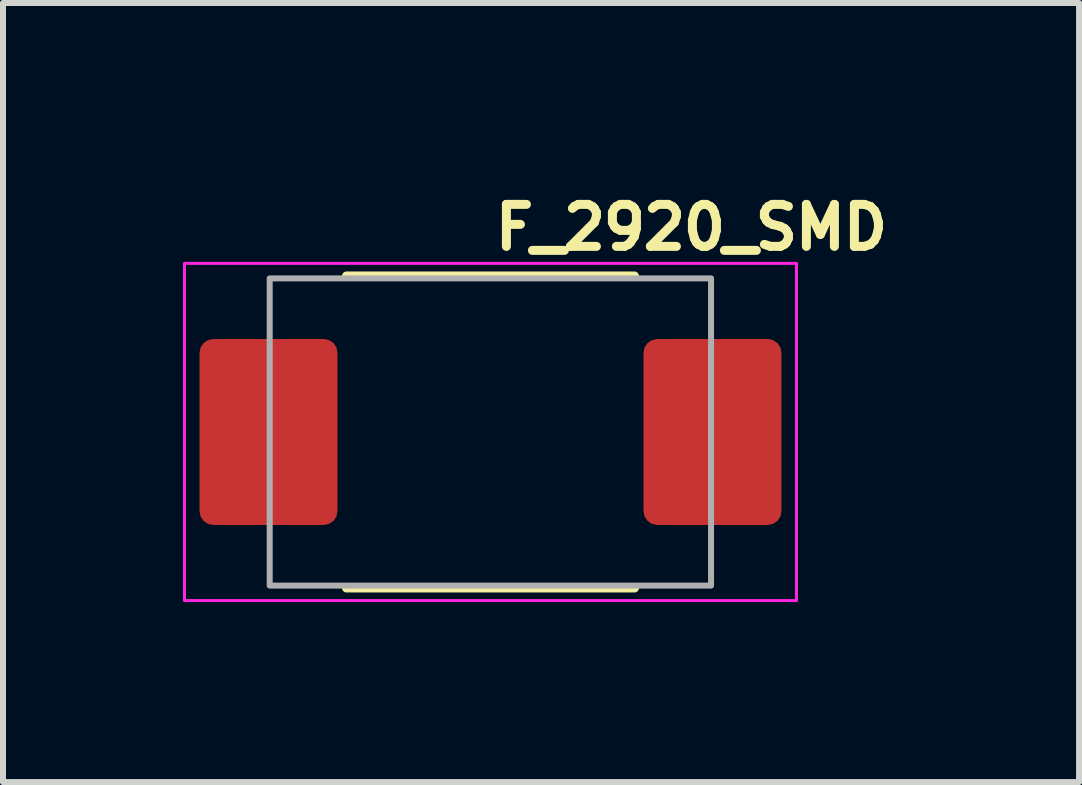
<source format=kicad_pcb>
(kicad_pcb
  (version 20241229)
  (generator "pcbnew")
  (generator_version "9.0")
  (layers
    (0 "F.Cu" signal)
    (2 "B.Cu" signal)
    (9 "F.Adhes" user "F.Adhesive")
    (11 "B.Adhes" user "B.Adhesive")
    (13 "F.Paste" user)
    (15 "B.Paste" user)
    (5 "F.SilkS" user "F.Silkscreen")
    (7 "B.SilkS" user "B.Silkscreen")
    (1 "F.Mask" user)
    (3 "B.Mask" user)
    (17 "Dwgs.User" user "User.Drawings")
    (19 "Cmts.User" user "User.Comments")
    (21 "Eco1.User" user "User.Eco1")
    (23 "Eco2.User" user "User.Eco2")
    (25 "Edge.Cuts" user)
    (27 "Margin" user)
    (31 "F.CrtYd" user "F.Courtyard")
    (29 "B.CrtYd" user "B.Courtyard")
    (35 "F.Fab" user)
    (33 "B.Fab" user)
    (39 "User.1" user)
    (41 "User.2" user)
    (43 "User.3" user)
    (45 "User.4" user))
  (footprint "F_2920_SMD"
    (layer "F.Cu")
    (at 5.125 4.15)
    (property "Reference" "F_2920_SMD" (at 0 -3 0) (layer "F.SilkS") (effects (font (size 0.7 0.7) (thickness 0.15)) (justify left bottom)))
    (attr smd)
    (fp_line (start -2.4 -2.6) (end 2.4 -2.6) (stroke (width 0.15) (type solid)) (layer "F.SilkS"))
    (fp_line (start -2.4 2.6) (end 2.4 2.6) (stroke (width 0.15) (type solid)) (layer "F.SilkS"))
    (fp_rect (start -5.1 -2.81) (end 5.1 2.81) (stroke (width 0.05) (type solid)) (fill no) (layer "F.CrtYd"))
    (fp_rect (start -3.68 -2.56) (end 3.676 2.56) (stroke (width 0.1) (type solid)) (fill no) (layer "F.Fab"))
    (fp_rect (start -3.678 -2.56) (end 3.678 2.56) (stroke (width 0.1) (type solid)) (fill no) (layer "User.5"))
    (fp_line (start -3.678 -2.46) (end -3.678 2.46) (stroke (width 0.02) (type solid)) (layer "User.9"))
    (fp_line (start -3.678 2.46) (end -3.674 2.46) (stroke (width 0.02) (type solid)) (layer "User.9"))
    (fp_line (start -3.674 -2.486) (end -3.678 -2.46) (stroke (width 0.02) (type solid)) (layer "User.9"))
    (fp_line (start -3.674 -2.46) (end -3.678 -2.46) (stroke (width 0.02) (type solid)) (layer "User.9"))
    (fp_line (start -3.674 2.46) (end -3.665 2.46) (stroke (width 0.02) (type solid)) (layer "User.9"))
    (fp_line (start -3.674 2.486) (end -3.678 2.46) (stroke (width 0.02) (type solid)) (layer "User.9"))
    (fp_line (start -3.665 -2.46) (end -3.674 -2.46) (stroke (width 0.02) (type solid)) (layer "User.9"))
    (fp_line (start -3.665 2.46) (end -3.649 2.46) (stroke (width 0.02) (type solid)) (layer "User.9"))
    (fp_line (start -3.664 -2.51) (end -3.674 -2.486) (stroke (width 0.02) (type solid)) (layer "User.9"))
    (fp_line (start -3.664 2.51) (end -3.674 2.486) (stroke (width 0.02) (type solid)) (layer "User.9"))
    (fp_line (start -3.649 -2.46) (end -3.665 -2.46) (stroke (width 0.02) (type solid)) (layer "User.9"))
    (fp_line (start -3.649 2.46) (end -3.628 2.46) (stroke (width 0.02) (type solid)) (layer "User.9"))
    (fp_line (start -3.648 -2.531) (end -3.664 -2.51) (stroke (width 0.02) (type solid)) (layer "User.9"))
    (fp_line (start -3.648 2.531) (end -3.664 2.51) (stroke (width 0.02) (type solid)) (layer "User.9"))
    (fp_line (start -3.628 -2.547) (end -3.648 -2.531) (stroke (width 0.02) (type solid)) (layer "User.9"))
    (fp_line (start -3.628 -2.46) (end -3.649 -2.46) (stroke (width 0.02) (type solid)) (layer "User.9"))
    (fp_line (start -3.628 2.46) (end -3.601 2.46) (stroke (width 0.02) (type solid)) (layer "User.9"))
    (fp_line (start -3.628 2.547) (end -3.648 2.531) (stroke (width 0.02) (type solid)) (layer "User.9"))
    (fp_line (start -3.603 -2.557) (end -3.628 -2.547) (stroke (width 0.02) (type solid)) (layer "User.9"))
    (fp_line (start -3.603 2.557) (end -3.628 2.547) (stroke (width 0.02) (type solid)) (layer "User.9"))
    (fp_line (start -3.601 -2.46) (end -3.628 -2.46) (stroke (width 0.02) (type solid)) (layer "User.9"))
    (fp_line (start -3.601 2.46) (end -3.568 2.46) (stroke (width 0.02) (type solid)) (layer "User.9"))
    (fp_line (start -3.578 -2.56) (end -3.603 -2.557) (stroke (width 0.02) (type solid)) (layer "User.9"))
    (fp_line (start -3.578 -2.56) (end -3.577 -2.56) (stroke (width 0.02) (type solid)) (layer "User.9"))
    (fp_line (start -3.578 2.56) (end -3.603 2.557) (stroke (width 0.02) (type solid)) (layer "User.9"))
    (fp_line (start -3.578 2.56) (end -3.576 2.56) (stroke (width 0.02) (type solid)) (layer "User.9"))
    (fp_line (start -3.577 -2.56) (end -3.572 -2.56) (stroke (width 0.02) (type solid)) (layer "User.9"))
    (fp_line (start -3.576 2.56) (end -3.571 2.56) (stroke (width 0.02) (type solid)) (layer "User.9"))
    (fp_line (start -3.572 -2.56) (end -3.577 -2.56) (stroke (width 0.02) (type solid)) (layer "User.9"))
    (fp_line (start -3.572 -2.56) (end -3.565 -2.56) (stroke (width 0.02) (type solid)) (layer "User.9"))
    (fp_line (start -3.571 2.56) (end -3.562 2.56) (stroke (width 0.02) (type solid)) (layer "User.9"))
    (fp_line (start -3.568 -2.46) (end -3.601 -2.46) (stroke (width 0.02) (type solid)) (layer "User.9"))
    (fp_line (start -3.568 2.46) (end -3.531 2.46) (stroke (width 0.02) (type solid)) (layer "User.9"))
    (fp_line (start -3.565 -2.56) (end -3.555 -2.56) (stroke (width 0.02) (type solid)) (layer "User.9"))
    (fp_line (start -3.562 2.56) (end -3.549 2.56) (stroke (width 0.02) (type solid)) (layer "User.9"))
    (fp_line (start -3.555 -2.56) (end -3.543 -2.56) (stroke (width 0.02) (type solid)) (layer "User.9"))
    (fp_line (start -3.549 2.56) (end -3.533 2.56) (stroke (width 0.02) (type solid)) (layer "User.9"))
    (fp_line (start -3.543 -2.56) (end -3.527 -2.56) (stroke (width 0.02) (type solid)) (layer "User.9"))
    (fp_line (start -3.533 2.56) (end -3.512 2.56) (stroke (width 0.02) (type solid)) (layer "User.9"))
    (fp_line (start -3.531 -2.46) (end -3.568 -2.46) (stroke (width 0.02) (type solid)) (layer "User.9"))
    (fp_line (start -3.531 2.46) (end -3.489 2.46) (stroke (width 0.02) (type solid)) (layer "User.9"))
    (fp_line (start -3.527 -2.56) (end -3.508 -2.56) (stroke (width 0.02) (type solid)) (layer "User.9"))
    (fp_line (start -3.512 2.56) (end -3.488 2.56) (stroke (width 0.02) (type solid)) (layer "User.9"))
    (fp_line (start -3.508 -2.56) (end -3.487 -2.56) (stroke (width 0.02) (type solid)) (layer "User.9"))
    (fp_line (start -3.489 -2.46) (end -3.531 -2.46) (stroke (width 0.02) (type solid)) (layer "User.9"))
    (fp_line (start -3.489 2.46) (end -3.444 2.46) (stroke (width 0.02) (type solid)) (layer "User.9"))
    (fp_line (start -3.488 2.56) (end -3.46 2.56) (stroke (width 0.02) (type solid)) (layer "User.9"))
    (fp_line (start -3.487 -2.56) (end -3.463 -2.56) (stroke (width 0.02) (type solid)) (layer "User.9"))
    (fp_line (start -3.463 -2.56) (end -3.437 -2.56) (stroke (width 0.02) (type solid)) (layer "User.9"))
    (fp_line (start -3.46 2.56) (end -3.43 2.56) (stroke (width 0.02) (type solid)) (layer "User.9"))
    (fp_line (start -3.444 -2.46) (end -3.489 -2.46) (stroke (width 0.02) (type solid)) (layer "User.9"))
    (fp_line (start -3.444 2.46) (end -3.394 2.46) (stroke (width 0.02) (type solid)) (layer "User.9"))
    (fp_line (start -3.437 -2.56) (end -3.408 -2.56) (stroke (width 0.02) (type solid)) (layer "User.9"))
    (fp_line (start -3.43 2.56) (end -3.396 2.56) (stroke (width 0.02) (type solid)) (layer "User.9"))
    (fp_line (start -3.408 -2.56) (end -3.377 -2.56) (stroke (width 0.02) (type solid)) (layer "User.9"))
    (fp_line (start -3.396 2.56) (end -3.325 2.56) (stroke (width 0.02) (type solid)) (layer "User.9"))
    (fp_line (start -3.394 -2.46) (end -3.444 -2.46) (stroke (width 0.02) (type solid)) (layer "User.9"))
    (fp_line (start -3.394 2.46) (end -3.343 2.46) (stroke (width 0.02) (type solid)) (layer "User.9"))
    (fp_line (start -3.377 -2.56) (end -3.311 -2.56) (stroke (width 0.02) (type solid)) (layer "User.9"))
    (fp_line (start -3.343 -2.46) (end -3.394 -2.46) (stroke (width 0.02) (type solid)) (layer "User.9"))
    (fp_line (start -3.343 2.46) (end -3.289 2.46) (stroke (width 0.02) (type solid)) (layer "User.9"))
    (fp_line (start -3.325 2.56) (end -3.178 2.56) (stroke (width 0.02) (type solid)) (layer "User.9"))
    (fp_line (start -3.311 -2.56) (end -3.246 -2.56) (stroke (width 0.02) (type solid)) (layer "User.9"))
    (fp_line (start -3.289 -2.46) (end -3.343 -2.46) (stroke (width 0.02) (type solid)) (layer "User.9"))
    (fp_line (start -3.289 2.46) (end -3.233 2.46) (stroke (width 0.02) (type solid)) (layer "User.9"))
    (fp_line (start -3.246 -2.56) (end -3.178 -2.56) (stroke (width 0.02) (type solid)) (layer "User.9"))
    (fp_line (start -3.233 -2.46) (end -3.289 -2.46) (stroke (width 0.02) (type solid)) (layer "User.9"))
    (fp_line (start -3.233 2.46) (end -3.178 2.46) (stroke (width 0.02) (type solid)) (layer "User.9"))
    (fp_line (start -3.178 -2.56) (end -3.578 -2.56) (stroke (width 0.02) (type solid)) (layer "User.9"))
    (fp_line (start -3.178 -2.56) (end -3.178 -2.559) (stroke (width 0.02) (type solid)) (layer "User.9"))
    (fp_line (start -3.178 -2.559) (end -3.178 -2.557) (stroke (width 0.02) (type solid)) (layer "User.9"))
    (fp_line (start -3.178 -2.557) (end -3.178 -2.554) (stroke (width 0.02) (type solid)) (layer "User.9"))
    (fp_line (start -3.178 -2.554) (end -3.178 -2.55) (stroke (width 0.02) (type solid)) (layer "User.9"))
    (fp_line (start -3.178 -2.55) (end -3.178 -2.545) (stroke (width 0.02) (type solid)) (layer "User.9"))
    (fp_line (start -3.178 -2.545) (end -3.178 -2.538) (stroke (width 0.02) (type solid)) (layer "User.9"))
    (fp_line (start -3.178 -2.538) (end -3.178 -2.531) (stroke (width 0.02) (type solid)) (layer "User.9"))
    (fp_line (start -3.178 -2.531) (end -3.178 -2.522) (stroke (width 0.02) (type solid)) (layer "User.9"))
    (fp_line (start -3.178 -2.522) (end -3.178 -2.513) (stroke (width 0.02) (type solid)) (layer "User.9"))
    (fp_line (start -3.178 -2.513) (end -3.178 -2.503) (stroke (width 0.02) (type solid)) (layer "User.9"))
    (fp_line (start -3.178 -2.503) (end -3.178 -2.493) (stroke (width 0.02) (type solid)) (layer "User.9"))
    (fp_line (start -3.178 -2.493) (end -3.178 -2.482) (stroke (width 0.02) (type solid)) (layer "User.9"))
    (fp_line (start -3.178 -2.482) (end -3.178 -2.471) (stroke (width 0.02) (type solid)) (layer "User.9"))
    (fp_line (start -3.178 -2.471) (end -3.178 -2.46) (stroke (width 0.02) (type solid)) (layer "User.9"))
    (fp_line (start -3.178 -2.46) (end -3.233 -2.46) (stroke (width 0.02) (type solid)) (layer "User.9"))
    (fp_line (start -3.178 -2.46) (end 3.578 -2.46) (stroke (width 0.02) (type solid)) (layer "User.9"))
    (fp_line (start -3.178 2.46) (end -3.178 -2.46) (stroke (width 0.02) (type solid)) (layer "User.9"))
    (fp_line (start -3.178 2.46) (end -3.178 2.471) (stroke (width 0.02) (type solid)) (layer "User.9"))
    (fp_line (start -3.178 2.471) (end -3.178 2.482) (stroke (width 0.02) (type solid)) (layer "User.9"))
    (fp_line (start -3.178 2.482) (end -3.178 2.493) (stroke (width 0.02) (type solid)) (layer "User.9"))
    (fp_line (start -3.178 2.493) (end -3.178 2.503) (stroke (width 0.02) (type solid)) (layer "User.9"))
    (fp_line (start -3.178 2.503) (end -3.178 2.513) (stroke (width 0.02) (type solid)) (layer "User.9"))
    (fp_line (start -3.178 2.513) (end -3.178 2.522) (stroke (width 0.02) (type solid)) (layer "User.9"))
    (fp_line (start -3.178 2.522) (end -3.178 2.531) (stroke (width 0.02) (type solid)) (layer "User.9"))
    (fp_line (start -3.178 2.531) (end -3.178 2.538) (stroke (width 0.02) (type solid)) (layer "User.9"))
    (fp_line (start -3.178 2.538) (end -3.178 2.545) (stroke (width 0.02) (type solid)) (layer "User.9"))
    (fp_line (start -3.178 2.545) (end -3.178 2.55) (stroke (width 0.02) (type solid)) (layer "User.9"))
    (fp_line (start -3.178 2.55) (end -3.178 2.554) (stroke (width 0.02) (type solid)) (layer "User.9"))
    (fp_line (start -3.178 2.554) (end -3.178 2.557) (stroke (width 0.02) (type solid)) (layer "User.9"))
    (fp_line (start -3.178 2.557) (end -3.178 2.559) (stroke (width 0.02) (type solid)) (layer "User.9"))
    (fp_line (start -3.178 2.559) (end -3.178 2.56) (stroke (width 0.02) (type solid)) (layer "User.9"))
    (fp_line (start -3.178 2.56) (end 3.578 2.56) (stroke (width 0.02) (type solid)) (layer "User.9"))
    (fp_line (start 3.578 -2.56) (end -3.178 -2.56) (stroke (width 0.02) (type solid)) (layer "User.9"))
    (fp_line (start 3.578 -2.56) (end 3.678 -2.56) (stroke (width 0.02) (type solid)) (layer "User.9"))
    (fp_line (start 3.578 -2.559) (end 3.578 -2.56) (stroke (width 0.02) (type solid)) (layer "User.9"))
    (fp_line (start 3.578 -2.557) (end 3.578 -2.559) (stroke (width 0.02) (type solid)) (layer "User.9"))
    (fp_line (start 3.578 -2.554) (end 3.578 -2.557) (stroke (width 0.02) (type solid)) (layer "User.9"))
    (fp_line (start 3.578 -2.55) (end 3.578 -2.554) (stroke (width 0.02) (type solid)) (layer "User.9"))
    (fp_line (start 3.578 -2.545) (end 3.578 -2.55) (stroke (width 0.02) (type solid)) (layer "User.9"))
    (fp_line (start 3.578 -2.538) (end 3.578 -2.545) (stroke (width 0.02) (type solid)) (layer "User.9"))
    (fp_line (start 3.578 -2.531) (end 3.578 -2.538) (stroke (width 0.02) (type solid)) (layer "User.9"))
    (fp_line (start 3.578 -2.522) (end 3.578 -2.531) (stroke (width 0.02) (type solid)) (layer "User.9"))
    (fp_line (start 3.578 -2.513) (end 3.578 -2.522) (stroke (width 0.02) (type solid)) (layer "User.9"))
    (fp_line (start 3.578 -2.503) (end 3.578 -2.513) (stroke (width 0.02) (type solid)) (layer "User.9"))
    (fp_line (start 3.578 -2.493) (end 3.578 -2.503) (stroke (width 0.02) (type solid)) (layer "User.9"))
    (fp_line (start 3.578 -2.482) (end 3.578 -2.493) (stroke (width 0.02) (type solid)) (layer "User.9"))
    (fp_line (start 3.578 -2.471) (end 3.578 -2.482) (stroke (width 0.02) (type solid)) (layer "User.9"))
    (fp_line (start 3.578 -2.46) (end 3.578 -2.471) (stroke (width 0.02) (type solid)) (layer "User.9"))
    (fp_line (start 3.578 -2.46) (end 3.578 2.46) (stroke (width 0.02) (type solid)) (layer "User.9"))
    (fp_line (start 3.578 2.46) (end -3.178 2.46) (stroke (width 0.02) (type solid)) (layer "User.9"))
    (fp_line (start 3.578 2.46) (end 3.581 2.46) (stroke (width 0.02) (type solid)) (layer "User.9"))
    (fp_line (start 3.578 2.471) (end 3.578 2.46) (stroke (width 0.02) (type solid)) (layer "User.9"))
    (fp_line (start 3.578 2.482) (end 3.578 2.471) (stroke (width 0.02) (type solid)) (layer "User.9"))
    (fp_line (start 3.578 2.493) (end 3.578 2.482) (stroke (width 0.02) (type solid)) (layer "User.9"))
    (fp_line (start 3.578 2.503) (end 3.578 2.493) (stroke (width 0.02) (type solid)) (layer "User.9"))
    (fp_line (start 3.578 2.513) (end 3.578 2.503) (stroke (width 0.02) (type solid)) (layer "User.9"))
    (fp_line (start 3.578 2.522) (end 3.578 2.513) (stroke (width 0.02) (type solid)) (layer "User.9"))
    (fp_line (start 3.578 2.531) (end 3.578 2.522) (stroke (width 0.02) (type solid)) (layer "User.9"))
    (fp_line (start 3.578 2.538) (end 3.578 2.531) (stroke (width 0.02) (type solid)) (layer "User.9"))
    (fp_line (start 3.578 2.545) (end 3.578 2.538) (stroke (width 0.02) (type solid)) (layer "User.9"))
    (fp_line (start 3.578 2.55) (end 3.578 2.545) (stroke (width 0.02) (type solid)) (layer "User.9"))
    (fp_line (start 3.578 2.554) (end 3.578 2.55) (stroke (width 0.02) (type solid)) (layer "User.9"))
    (fp_line (start 3.578 2.557) (end 3.578 2.554) (stroke (width 0.02) (type solid)) (layer "User.9"))
    (fp_line (start 3.578 2.559) (end 3.578 2.557) (stroke (width 0.02) (type solid)) (layer "User.9"))
    (fp_line (start 3.578 2.56) (end 3.578 2.559) (stroke (width 0.02) (type solid)) (layer "User.9"))
    (fp_line (start 3.578 2.56) (end 3.6 2.557) (stroke (width 0.02) (type solid)) (layer "User.9"))
    (fp_line (start 3.581 -2.46) (end 3.578 -2.46) (stroke (width 0.02) (type solid)) (layer "User.9"))
    (fp_line (start 3.581 2.46) (end 3.584 2.46) (stroke (width 0.02) (type solid)) (layer "User.9"))
    (fp_line (start 3.584 -2.46) (end 3.581 -2.46) (stroke (width 0.02) (type solid)) (layer "User.9"))
    (fp_line (start 3.584 2.46) (end 3.587 2.46) (stroke (width 0.02) (type solid)) (layer "User.9"))
    (fp_line (start 3.587 -2.46) (end 3.584 -2.46) (stroke (width 0.02) (type solid)) (layer "User.9"))
    (fp_line (start 3.587 2.46) (end 3.591 2.46) (stroke (width 0.02) (type solid)) (layer "User.9"))
    (fp_line (start 3.591 -2.46) (end 3.587 -2.46) (stroke (width 0.02) (type solid)) (layer "User.9"))
    (fp_line (start 3.591 2.46) (end 3.594 2.46) (stroke (width 0.02) (type solid)) (layer "User.9"))
    (fp_line (start 3.594 -2.46) (end 3.591 -2.46) (stroke (width 0.02) (type solid)) (layer "User.9"))
    (fp_line (start 3.594 2.46) (end 3.597 2.46) (stroke (width 0.02) (type solid)) (layer "User.9"))
    (fp_line (start 3.597 -2.46) (end 3.594 -2.46) (stroke (width 0.02) (type solid)) (layer "User.9"))
    (fp_line (start 3.597 2.46) (end 3.6 2.46) (stroke (width 0.02) (type solid)) (layer "User.9"))
    (fp_line (start 3.6 -2.557) (end 3.578 -2.56) (stroke (width 0.02) (type solid)) (layer "User.9"))
    (fp_line (start 3.6 -2.46) (end 3.597 -2.46) (stroke (width 0.02) (type solid)) (layer "User.9"))
    (fp_line (start 3.6 2.46) (end 3.604 2.46) (stroke (width 0.02) (type solid)) (layer "User.9"))
    (fp_line (start 3.6 2.557) (end 3.622 2.549) (stroke (width 0.02) (type solid)) (layer "User.9"))
    (fp_line (start 3.604 -2.46) (end 3.6 -2.46) (stroke (width 0.02) (type solid)) (layer "User.9"))
    (fp_line (start 3.604 2.46) (end 3.607 2.46) (stroke (width 0.02) (type solid)) (layer "User.9"))
    (fp_line (start 3.607 -2.46) (end 3.604 -2.46) (stroke (width 0.02) (type solid)) (layer "User.9"))
    (fp_line (start 3.607 2.46) (end 3.61 2.46) (stroke (width 0.02) (type solid)) (layer "User.9"))
    (fp_line (start 3.61 -2.46) (end 3.607 -2.46) (stroke (width 0.02) (type solid)) (layer "User.9"))
    (fp_line (start 3.61 2.46) (end 3.613 2.46) (stroke (width 0.02) (type solid)) (layer "User.9"))
    (fp_line (start 3.613 -2.46) (end 3.61 -2.46) (stroke (width 0.02) (type solid)) (layer "User.9"))
    (fp_line (start 3.613 2.46) (end 3.616 2.46) (stroke (width 0.02) (type solid)) (layer "User.9"))
    (fp_line (start 3.616 -2.46) (end 3.613 -2.46) (stroke (width 0.02) (type solid)) (layer "User.9"))
    (fp_line (start 3.616 2.46) (end 3.619 2.46) (stroke (width 0.02) (type solid)) (layer "User.9"))
    (fp_line (start 3.619 -2.46) (end 3.616 -2.46) (stroke (width 0.02) (type solid)) (layer "User.9"))
    (fp_line (start 3.619 2.46) (end 3.622 2.46) (stroke (width 0.02) (type solid)) (layer "User.9"))
    (fp_line (start 3.622 -2.549) (end 3.6 -2.557) (stroke (width 0.02) (type solid)) (layer "User.9"))
    (fp_line (start 3.622 -2.46) (end 3.619 -2.46) (stroke (width 0.02) (type solid)) (layer "User.9"))
    (fp_line (start 3.622 2.46) (end 3.629 2.46) (stroke (width 0.02) (type solid)) (layer "User.9"))
    (fp_line (start 3.622 2.549) (end 3.645 2.534) (stroke (width 0.02) (type solid)) (layer "User.9"))
    (fp_line (start 3.628 -2.545) (end 3.622 -2.549) (stroke (width 0.02) (type solid)) (layer "User.9"))
    (fp_line (start 3.628 2.545) (end 3.622 2.549) (stroke (width 0.02) (type solid)) (layer "User.9"))
    (fp_line (start 3.629 -2.46) (end 3.622 -2.46) (stroke (width 0.02) (type solid)) (layer "User.9"))
    (fp_line (start 3.629 2.46) (end 3.636 2.46) (stroke (width 0.02) (type solid)) (layer "User.9"))
    (fp_line (start 3.632 -2.538) (end 3.628 -2.545) (stroke (width 0.02) (type solid)) (layer "User.9"))
    (fp_line (start 3.632 -2.491) (end 3.622 -2.46) (stroke (width 0.02) (type solid)) (layer "User.9"))
    (fp_line (start 3.632 2.491) (end 3.622 2.46) (stroke (width 0.02) (type solid)) (layer "User.9"))
    (fp_line (start 3.632 2.538) (end 3.628 2.545) (stroke (width 0.02) (type solid)) (layer "User.9"))
    (fp_line (start 3.635 -2.518) (end 3.632 -2.538) (stroke (width 0.02) (type solid)) (layer "User.9"))
    (fp_line (start 3.635 -2.518) (end 3.632 -2.491) (stroke (width 0.02) (type solid)) (layer "User.9"))
    (fp_line (start 3.635 2.518) (end 3.632 2.491) (stroke (width 0.02) (type solid)) (layer "User.9"))
    (fp_line (start 3.635 2.518) (end 3.632 2.538) (stroke (width 0.02) (type solid)) (layer "User.9"))
    (fp_line (start 3.636 -2.46) (end 3.629 -2.46) (stroke (width 0.02) (type solid)) (layer "User.9"))
    (fp_line (start 3.636 2.46) (end 3.642 2.46) (stroke (width 0.02) (type solid)) (layer "User.9"))
    (fp_line (start 3.642 -2.46) (end 3.636 -2.46) (stroke (width 0.02) (type solid)) (layer "User.9"))
    (fp_line (start 3.642 2.46) (end 3.648 2.46) (stroke (width 0.02) (type solid)) (layer "User.9"))
    (fp_line (start 3.645 -2.534) (end 3.622 -2.549) (stroke (width 0.02) (type solid)) (layer "User.9"))
    (fp_line (start 3.645 2.534) (end 3.663 2.513) (stroke (width 0.02) (type solid)) (layer "User.9"))
    (fp_line (start 3.648 -2.46) (end 3.642 -2.46) (stroke (width 0.02) (type solid)) (layer "User.9"))
    (fp_line (start 3.648 2.46) (end 3.653 2.46) (stroke (width 0.02) (type solid)) (layer "User.9"))
    (fp_line (start 3.653 -2.46) (end 3.648 -2.46) (stroke (width 0.02) (type solid)) (layer "User.9"))
    (fp_line (start 3.653 2.46) (end 3.658 2.46) (stroke (width 0.02) (type solid)) (layer "User.9"))
    (fp_line (start 3.658 -2.46) (end 3.653 -2.46) (stroke (width 0.02) (type solid)) (layer "User.9"))
    (fp_line (start 3.658 2.46) (end 3.663 2.46) (stroke (width 0.02) (type solid)) (layer "User.9"))
    (fp_line (start 3.663 -2.513) (end 3.645 -2.534) (stroke (width 0.02) (type solid)) (layer "User.9"))
    (fp_line (start 3.663 -2.46) (end 3.658 -2.46) (stroke (width 0.02) (type solid)) (layer "User.9"))
    (fp_line (start 3.663 2.46) (end 3.666 2.46) (stroke (width 0.02) (type solid)) (layer "User.9"))
    (fp_line (start 3.663 2.513) (end 3.674 2.487) (stroke (width 0.02) (type solid)) (layer "User.9"))
    (fp_line (start 3.666 -2.46) (end 3.663 -2.46) (stroke (width 0.02) (type solid)) (layer "User.9"))
    (fp_line (start 3.666 2.46) (end 3.67 2.46) (stroke (width 0.02) (type solid)) (layer "User.9"))
    (fp_line (start 3.67 -2.46) (end 3.666 -2.46) (stroke (width 0.02) (type solid)) (layer "User.9"))
    (fp_line (start 3.67 2.46) (end 3.673 2.46) (stroke (width 0.02) (type solid)) (layer "User.9"))
    (fp_line (start 3.673 -2.46) (end 3.67 -2.46) (stroke (width 0.02) (type solid)) (layer "User.9"))
    (fp_line (start 3.673 2.46) (end 3.675 2.46) (stroke (width 0.02) (type solid)) (layer "User.9"))
    (fp_line (start 3.674 -2.487) (end 3.663 -2.513) (stroke (width 0.02) (type solid)) (layer "User.9"))
    (fp_line (start 3.674 2.487) (end 3.678 2.46) (stroke (width 0.02) (type solid)) (layer "User.9"))
    (fp_line (start 3.675 -2.46) (end 3.673 -2.46) (stroke (width 0.02) (type solid)) (layer "User.9"))
    (fp_line (start 3.675 2.46) (end 3.676 2.46) (stroke (width 0.02) (type solid)) (layer "User.9"))
    (fp_line (start 3.676 -2.46) (end 3.675 -2.46) (stroke (width 0.02) (type solid)) (layer "User.9"))
    (fp_line (start 3.676 2.46) (end 3.677 2.46) (stroke (width 0.02) (type solid)) (layer "User.9"))
    (fp_line (start 3.677 -2.46) (end 3.676 -2.46) (stroke (width 0.02) (type solid)) (layer "User.9"))
    (fp_line (start 3.677 2.46) (end 3.678 2.46) (stroke (width 0.02) (type solid)) (layer "User.9"))
    (fp_line (start 3.678 -2.56) (end 3.678 -2.46) (stroke (width 0.02) (type solid)) (layer "User.9"))
    (fp_line (start 3.678 -2.46) (end 3.674 -2.487) (stroke (width 0.02) (type solid)) (layer "User.9"))
    (fp_line (start 3.678 -2.46) (end 3.677 -2.46) (stroke (width 0.02) (type solid)) (layer "User.9"))
    (fp_line (start 3.678 2.46) (end 3.678 -2.46) (stroke (width 0.02) (type solid)) (layer "User.9"))
    (fp_line (start 3.678 2.46) (end 3.678 2.56) (stroke (width 0.02) (type solid)) (layer "User.9"))
    (fp_line (start 3.678 2.56) (end 3.578 2.56) (stroke (width 0.02) (type solid)) (layer "User.9"))
    (pad "1" smd roundrect (at -3.7 0) (size 2.3 3.1) (layers "F.Cu" "F.Mask" "F.Paste") (roundrect_rratio 0.1))
    (pad "2" smd roundrect (at 3.7 0) (size 2.3 3.1) (layers "F.Cu" "F.Mask" "F.Paste") (roundrect_rratio 0.1)))
  (gr_rect
    (start -3 -3)
    (end 14.935 9.985)
    (stroke (width 0.1) (type default))
    (fill no)
    (layer "Edge.Cuts")))
</source>
